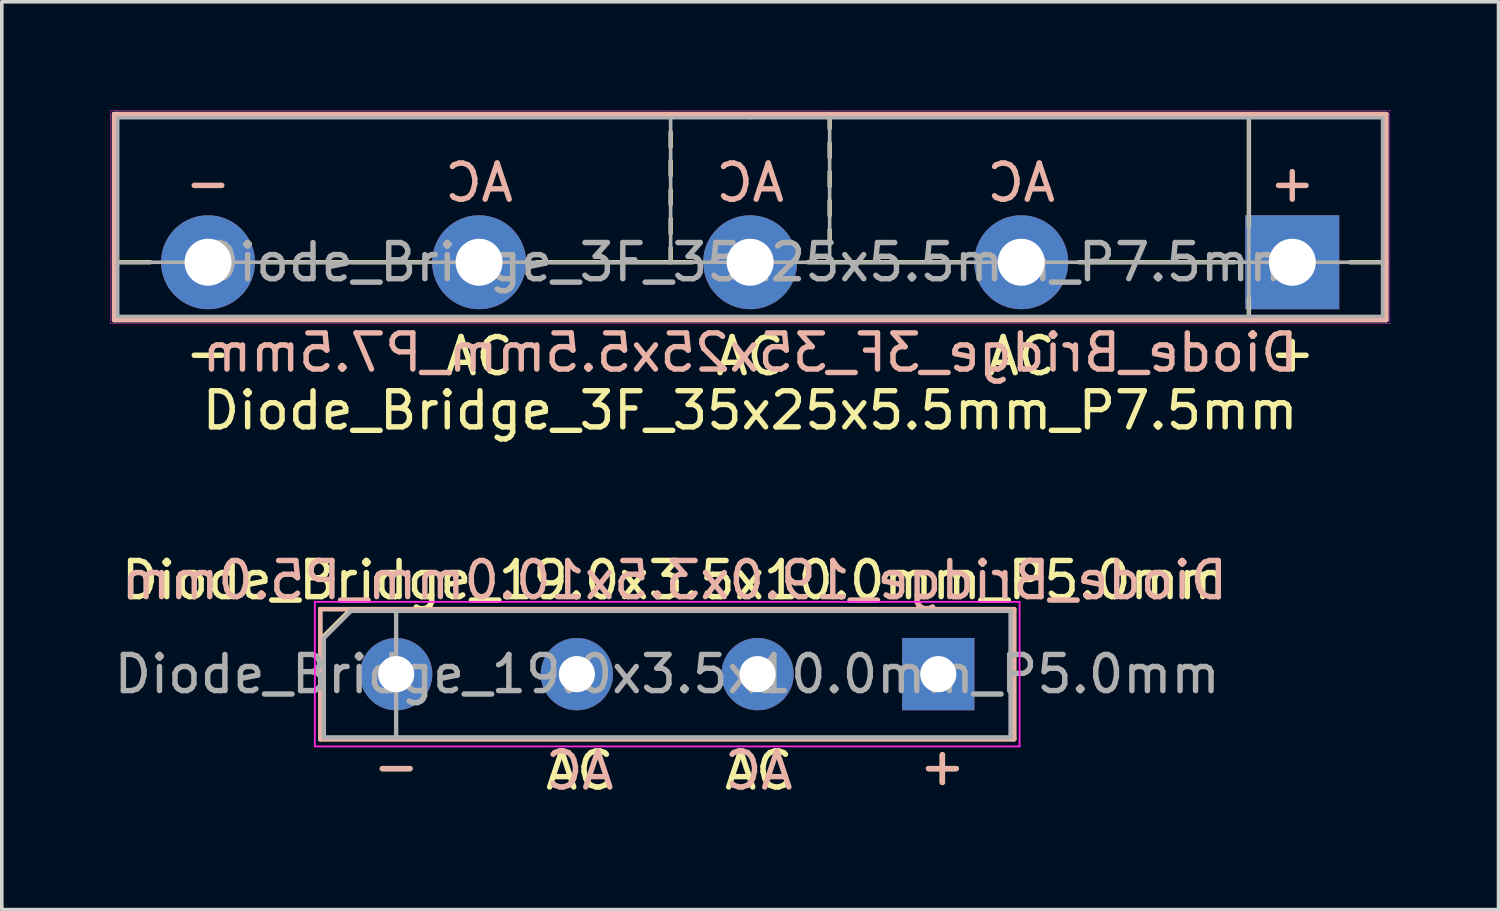
<source format=kicad_pcb>
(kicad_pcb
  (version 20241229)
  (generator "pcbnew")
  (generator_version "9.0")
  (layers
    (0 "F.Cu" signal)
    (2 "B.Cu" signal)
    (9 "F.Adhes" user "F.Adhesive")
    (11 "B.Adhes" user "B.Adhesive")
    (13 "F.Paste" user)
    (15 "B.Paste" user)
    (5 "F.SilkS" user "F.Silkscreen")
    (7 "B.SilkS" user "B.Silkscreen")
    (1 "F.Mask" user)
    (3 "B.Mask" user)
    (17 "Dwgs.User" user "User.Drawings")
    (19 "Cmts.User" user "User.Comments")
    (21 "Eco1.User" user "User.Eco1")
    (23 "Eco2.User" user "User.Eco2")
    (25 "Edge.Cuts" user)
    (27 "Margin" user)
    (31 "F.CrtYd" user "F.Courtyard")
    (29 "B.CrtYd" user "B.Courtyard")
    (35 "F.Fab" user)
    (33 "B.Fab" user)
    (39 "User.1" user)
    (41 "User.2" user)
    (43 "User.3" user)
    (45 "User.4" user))
  (footprint "Diode_Bridge_19.0x3.5x10.0mm_P5.0mm"
    (layer "F.Cu")
    (at 22.911 15.603)
    (property "Reference" "Diode_Bridge_19.0x3.5x10.0mm_P5.0mm" (at -7.3 -2.6 180) (layer "F.SilkS") (effects (font (size 1 1) (thickness 0.15))))
    (fp_line (start -17.1 -1.8) (end 2.1 -1.8) (stroke (width 0.12) (type solid)) (layer "F.SilkS"))
    (fp_line (start -17.1 1.8) (end -17.1 -1.8) (stroke (width 0.12) (type solid)) (layer "F.SilkS"))
    (fp_line (start -16.27 -1.778) (end -17.032 -1.016) (stroke (width 0.12) (type solid)) (layer "F.SilkS"))
    (fp_line (start 2.1 -1.8) (end 2.1 1.8) (stroke (width 0.12) (type solid)) (layer "F.SilkS"))
    (fp_line (start 2.1 1.8) (end -17.1 1.8) (stroke (width 0.12) (type solid)) (layer "F.SilkS"))
    (fp_line (start -17.1 -1.8) (end 2.1 -1.8) (stroke (width 0.12) (type solid)) (layer "B.SilkS"))
    (fp_line (start -17.1 1.8) (end -17.1 -1.8) (stroke (width 0.12) (type solid)) (layer "B.SilkS"))
    (fp_line (start 2.1 -1.8) (end 2.1 1.8) (stroke (width 0.12) (type solid)) (layer "B.SilkS"))
    (fp_line (start 2.1 1.8) (end -17.1 1.8) (stroke (width 0.12) (type solid)) (layer "B.SilkS"))
    (fp_line (start -17.25 -2) (end -17.25 2) (stroke (width 0.05) (type solid)) (layer "F.CrtYd"))
    (fp_line (start -17.25 -2) (end 2.25 -2) (stroke (width 0.05) (type solid)) (layer "F.CrtYd"))
    (fp_line (start 2.25 2) (end -17.25 2) (stroke (width 0.05) (type solid)) (layer "F.CrtYd"))
    (fp_line (start 2.25 2) (end 2.25 -2) (stroke (width 0.05) (type solid)) (layer "F.CrtYd"))
    (fp_line (start -17 -1) (end -16.25 -1.75) (stroke (width 0.12) (type solid)) (layer "F.Fab"))
    (fp_line (start -17 1.75) (end -17 -1) (stroke (width 0.12) (type solid)) (layer "F.Fab"))
    (fp_line (start -16.25 -1.75) (end 2 -1.75) (stroke (width 0.12) (type solid)) (layer "F.Fab"))
    (fp_line (start -15 -1.75) (end -15 1.75) (stroke (width 0.12) (type solid)) (layer "F.Fab"))
    (fp_line (start 2 -1.75) (end 2 1.75) (stroke (width 0.12) (type solid)) (layer "F.Fab"))
    (fp_line (start 2 1.75) (end -17 1.75) (stroke (width 0.12) (type solid)) (layer "F.Fab"))
    (fp_text user "AC" (at -9.92 2.667 0) (layer "F.SilkS") (effects (font (size 1 1) (thickness 0.15))))
    (fp_text user "AC" (at -4.967 2.667 0) (layer "F.SilkS") (effects (font (size 1 1) (thickness 0.15))))
    (fp_text user "+" (at 0.113 2.54 0) (layer "F.SilkS") (effects (font (size 1 1) (thickness 0.15))))
    (fp_text user "-" (at -15 2.54 0) (layer "F.SilkS") (effects (font (size 1 1) (thickness 0.15))))
    (fp_text user "${REFERENCE}" (at -7.3 -2.6 0) (layer "B.SilkS") (effects (font (size 1 1) (thickness 0.15)) (justify mirror)))
    (fp_text user "AC" (at -4.967 2.667 0) (layer "B.SilkS") (effects (font (size 1 1) (thickness 0.15)) (justify mirror)))
    (fp_text user "-" (at -15 2.54 0) (layer "B.SilkS") (effects (font (size 1 1) (thickness 0.15)) (justify mirror)))
    (fp_text user "+" (at 0.113 2.54 0) (layer "B.SilkS") (effects (font (size 1 1) (thickness 0.15)) (justify mirror)))
    (fp_text user "AC" (at -9.92 2.667 0) (layer "B.SilkS") (effects (font (size 1 1) (thickness 0.15)) (justify mirror)))
    (fp_text user "${REFERENCE}" (at -7.5 0 180) (layer "F.Fab") (effects (font (size 1 1) (thickness 0.15))))
    (pad "1" thru_hole rect (at 0 0) (size 2 2) (drill 1) (layers "*.Cu" "*.Mask"))
    (pad "2" thru_hole circle (at -5 0) (size 2 2) (drill 1) (layers "*.Cu" "*.Mask"))
    (pad "3" thru_hole circle (at -10 0) (size 2 2) (drill 1) (layers "*.Cu" "*.Mask"))
    (pad "4" thru_hole circle (at -15 0) (size 2 2) (drill 1) (layers "*.Cu" "*.Mask")))
  (footprint "Diode_Bridge_3F_35x25x5.5mm_P7.5mm"
    (layer "F.Cu")
    (at 32.706 4.206)
    (property "Reference" "Diode_Bridge_3F_35x25x5.5mm_P7.5mm" (at -15 4.1 0) (unlocked yes) (layer "F.SilkS") (effects (font (size 1 1) (thickness 0.15))))
    (fp_line (start -32.6 -4.1) (end 2.6 -4.1) (stroke (width 0.12) (type solid)) (layer "F.SilkS"))
    (fp_line (start -32.6 0) (end -31.6 0) (stroke (width 0.12) (type solid)) (layer "F.SilkS"))
    (fp_line (start -32.6 1.6) (end -32.6 -4.1) (stroke (width 0.12) (type solid)) (layer "F.SilkS"))
    (fp_line (start -28.4 0) (end -24.1 0) (stroke (width 0.12) (type solid)) (layer "F.SilkS"))
    (fp_line (start -20.9 0) (end -16.6 0) (stroke (width 0.12) (type solid)) (layer "F.SilkS"))
    (fp_line (start -17.2 -4) (end -17.2 -4.1) (stroke (width 0.12) (type solid)) (layer "F.SilkS"))
    (fp_line (start -17.2 -3.2) (end -17.2 -3.6) (stroke (width 0.12) (type solid)) (layer "F.SilkS"))
    (fp_line (start -17.2 -2.4) (end -17.2 -2.8) (stroke (width 0.12) (type solid)) (layer "F.SilkS"))
    (fp_line (start -17.2 -1.6) (end -17.2 -2) (stroke (width 0.12) (type solid)) (layer "F.SilkS"))
    (fp_line (start -17.2 -0.8) (end -17.2 -1.2) (stroke (width 0.12) (type solid)) (layer "F.SilkS"))
    (fp_line (start -17.2 0) (end -17.2 -0.4) (stroke (width 0.12) (type solid)) (layer "F.SilkS"))
    (fp_line (start -13.4 0) (end -9.1 0) (stroke (width 0.12) (type solid)) (layer "F.SilkS"))
    (fp_line (start -12.8 -4.1) (end -12.8 -3.7) (stroke (width 0.12) (type solid)) (layer "F.SilkS"))
    (fp_line (start -12.8 -3.3) (end -12.8 -2.9) (stroke (width 0.12) (type solid)) (layer "F.SilkS"))
    (fp_line (start -12.8 -2.5) (end -12.8 -2.1) (stroke (width 0.12) (type solid)) (layer "F.SilkS"))
    (fp_line (start -12.8 -1.7) (end -12.8 -1.3) (stroke (width 0.12) (type solid)) (layer "F.SilkS"))
    (fp_line (start -12.8 -0.9) (end -12.8 -0.5) (stroke (width 0.12) (type solid)) (layer "F.SilkS"))
    (fp_line (start -12.8 -0.1) (end -12.8 0) (stroke (width 0.12) (type solid)) (layer "F.SilkS"))
    (fp_line (start -5.9 0) (end -1.6 0) (stroke (width 0.12) (type solid)) (layer "F.SilkS"))
    (fp_line (start -1.2 -4.1) (end -1.2 -1) (stroke (width 0.12) (type solid)) (layer "F.SilkS"))
    (fp_line (start -1.2 1.6) (end -1.2 1) (stroke (width 0.12) (type solid)) (layer "F.SilkS"))
    (fp_line (start 1.6 0) (end 2.6 0) (stroke (width 0.12) (type solid)) (layer "F.SilkS"))
    (fp_line (start 2.6 -4.1) (end 2.6 1.6) (stroke (width 0.12) (type solid)) (layer "F.SilkS"))
    (fp_line (start 2.6 1.6) (end -32.6 1.6) (stroke (width 0.12) (type solid)) (layer "F.SilkS"))
    (fp_line (start -32.6 -4.1) (end 2.6 -4.1) (stroke (width 0.12) (type solid)) (layer "B.SilkS"))
    (fp_line (start -32.6 1.6) (end -32.6 -4.1) (stroke (width 0.12) (type solid)) (layer "B.SilkS"))
    (fp_line (start 2.6 -4.1) (end 2.6 1.6) (stroke (width 0.12) (type solid)) (layer "B.SilkS"))
    (fp_line (start 2.6 1.6) (end -32.6 1.6) (stroke (width 0.12) (type solid)) (layer "B.SilkS"))
    (fp_line (start -32.7 -4.2) (end 2.7 -4.2) (stroke (width 0.013) (type solid)) (layer "F.CrtYd"))
    (fp_line (start -32.7 1.7) (end -32.7 -4.2) (stroke (width 0.013) (type solid)) (layer "F.CrtYd"))
    (fp_line (start 2.7 -4.2) (end 2.7 1.7) (stroke (width 0.013) (type solid)) (layer "F.CrtYd"))
    (fp_line (start 2.7 1.7) (end -32.7 1.7) (stroke (width 0.013) (type solid)) (layer "F.CrtYd"))
    (fp_line (start -32.5 0) (end -32.5 -4) (stroke (width 0.1) (type solid)) (layer "F.Fab"))
    (fp_line (start -32.5 0) (end -32.5 1.5) (stroke (width 0.1) (type solid)) (layer "F.Fab"))
    (fp_line (start -32.5 1.5) (end 2.5 1.5) (stroke (width 0.1) (type solid)) (layer "F.Fab"))
    (fp_line (start -17.2 -4) (end -17.2 0) (stroke (width 0.1) (type solid)) (layer "F.Fab"))
    (fp_line (start -15 -4) (end -32.5 -4) (stroke (width 0.1) (type solid)) (layer "F.Fab"))
    (fp_line (start -15 -4) (end 2.5 -4) (stroke (width 0.1) (type solid)) (layer "F.Fab"))
    (fp_line (start -12.8 -4) (end -12.8 0) (stroke (width 0.1) (type solid)) (layer "F.Fab"))
    (fp_line (start -1.2 1.5) (end -1.2 -4) (stroke (width 0.1) (type solid)) (layer "F.Fab"))
    (fp_line (start 2.5 -4) (end 2.5 0) (stroke (width 0.1) (type solid)) (layer "F.Fab"))
    (fp_line (start 2.5 0) (end -32.5 0) (stroke (width 0.1) (type solid)) (layer "F.Fab"))
    (fp_line (start 2.5 1.5) (end 2.5 0) (stroke (width 0.1) (type solid)) (layer "F.Fab"))
    (fp_text user "AC" (at -7.5 2.6 0) (layer "F.SilkS") (effects (font (size 1 1) (thickness 0.15))))
    (fp_text user "-" (at -30 2.5 0) (layer "F.SilkS") (effects (font (size 1 1) (thickness 0.15))))
    (fp_text user "AC" (at -22.5 2.6 0) (layer "F.SilkS") (effects (font (size 1 1) (thickness 0.15))))
    (fp_text user "AC" (at -15 2.6 0) (layer "F.SilkS") (effects (font (size 1 1) (thickness 0.15))))
    (fp_text user "+" (at 0 2.5 0) (layer "F.SilkS") (effects (font (size 1 1) (thickness 0.15))))
    (fp_text user "-" (at -30 -2.2 0) (layer "B.SilkS") (effects (font (size 1 1) (thickness 0.15)) (justify mirror)))
    (fp_text user "AC" (at -22.5 -2.2 0) (layer "B.SilkS") (effects (font (size 1 1) (thickness 0.15)) (justify mirror)))
    (fp_text user "+" (at 0 -2.2 0) (layer "B.SilkS") (effects (font (size 1 1) (thickness 0.15)) (justify mirror)))
    (fp_text user "AC" (at -7.5 -2.2 0) (layer "B.SilkS") (effects (font (size 1 1) (thickness 0.15)) (justify mirror)))
    (fp_text user "${REFERENCE}" (at -15 2.5 0) (layer "B.SilkS") (effects (font (size 1 1) (thickness 0.15)) (justify mirror)))
    (fp_text user "AC" (at -15 -2.2 0) (layer "B.SilkS") (effects (font (size 1 1) (thickness 0.15)) (justify mirror)))
    (fp_text user "${REFERENCE}" (at -15 0 0) (layer "F.Fab") (effects (font (size 1 1) (thickness 0.15))))
    (pad "1" thru_hole rect (at 0 0) (size 2.6 2.6) (drill 1.3) (layers "*.Cu" "*.Mask"))
    (pad "2" thru_hole circle (at -7.5 0) (size 2.6 2.6) (drill 1.3) (layers "*.Cu" "*.Mask"))
    (pad "3" thru_hole circle (at -15 0) (size 2.6 2.6) (drill 1.3) (layers "*.Cu" "*.Mask"))
    (pad "4" thru_hole circle (at -22.5 0) (size 2.6 2.6) (drill 1.3) (layers "*.Cu" "*.Mask"))
    (pad "5" thru_hole circle (at -30 0) (size 2.6 2.6) (drill 1.3) (layers "*.Cu" "*.Mask")))
  (gr_rect
    (start -3 -3)
    (end 38.413 22.118)
    (stroke (width 0.1) (type default))
    (fill no)
    (layer "Edge.Cuts")))
</source>
